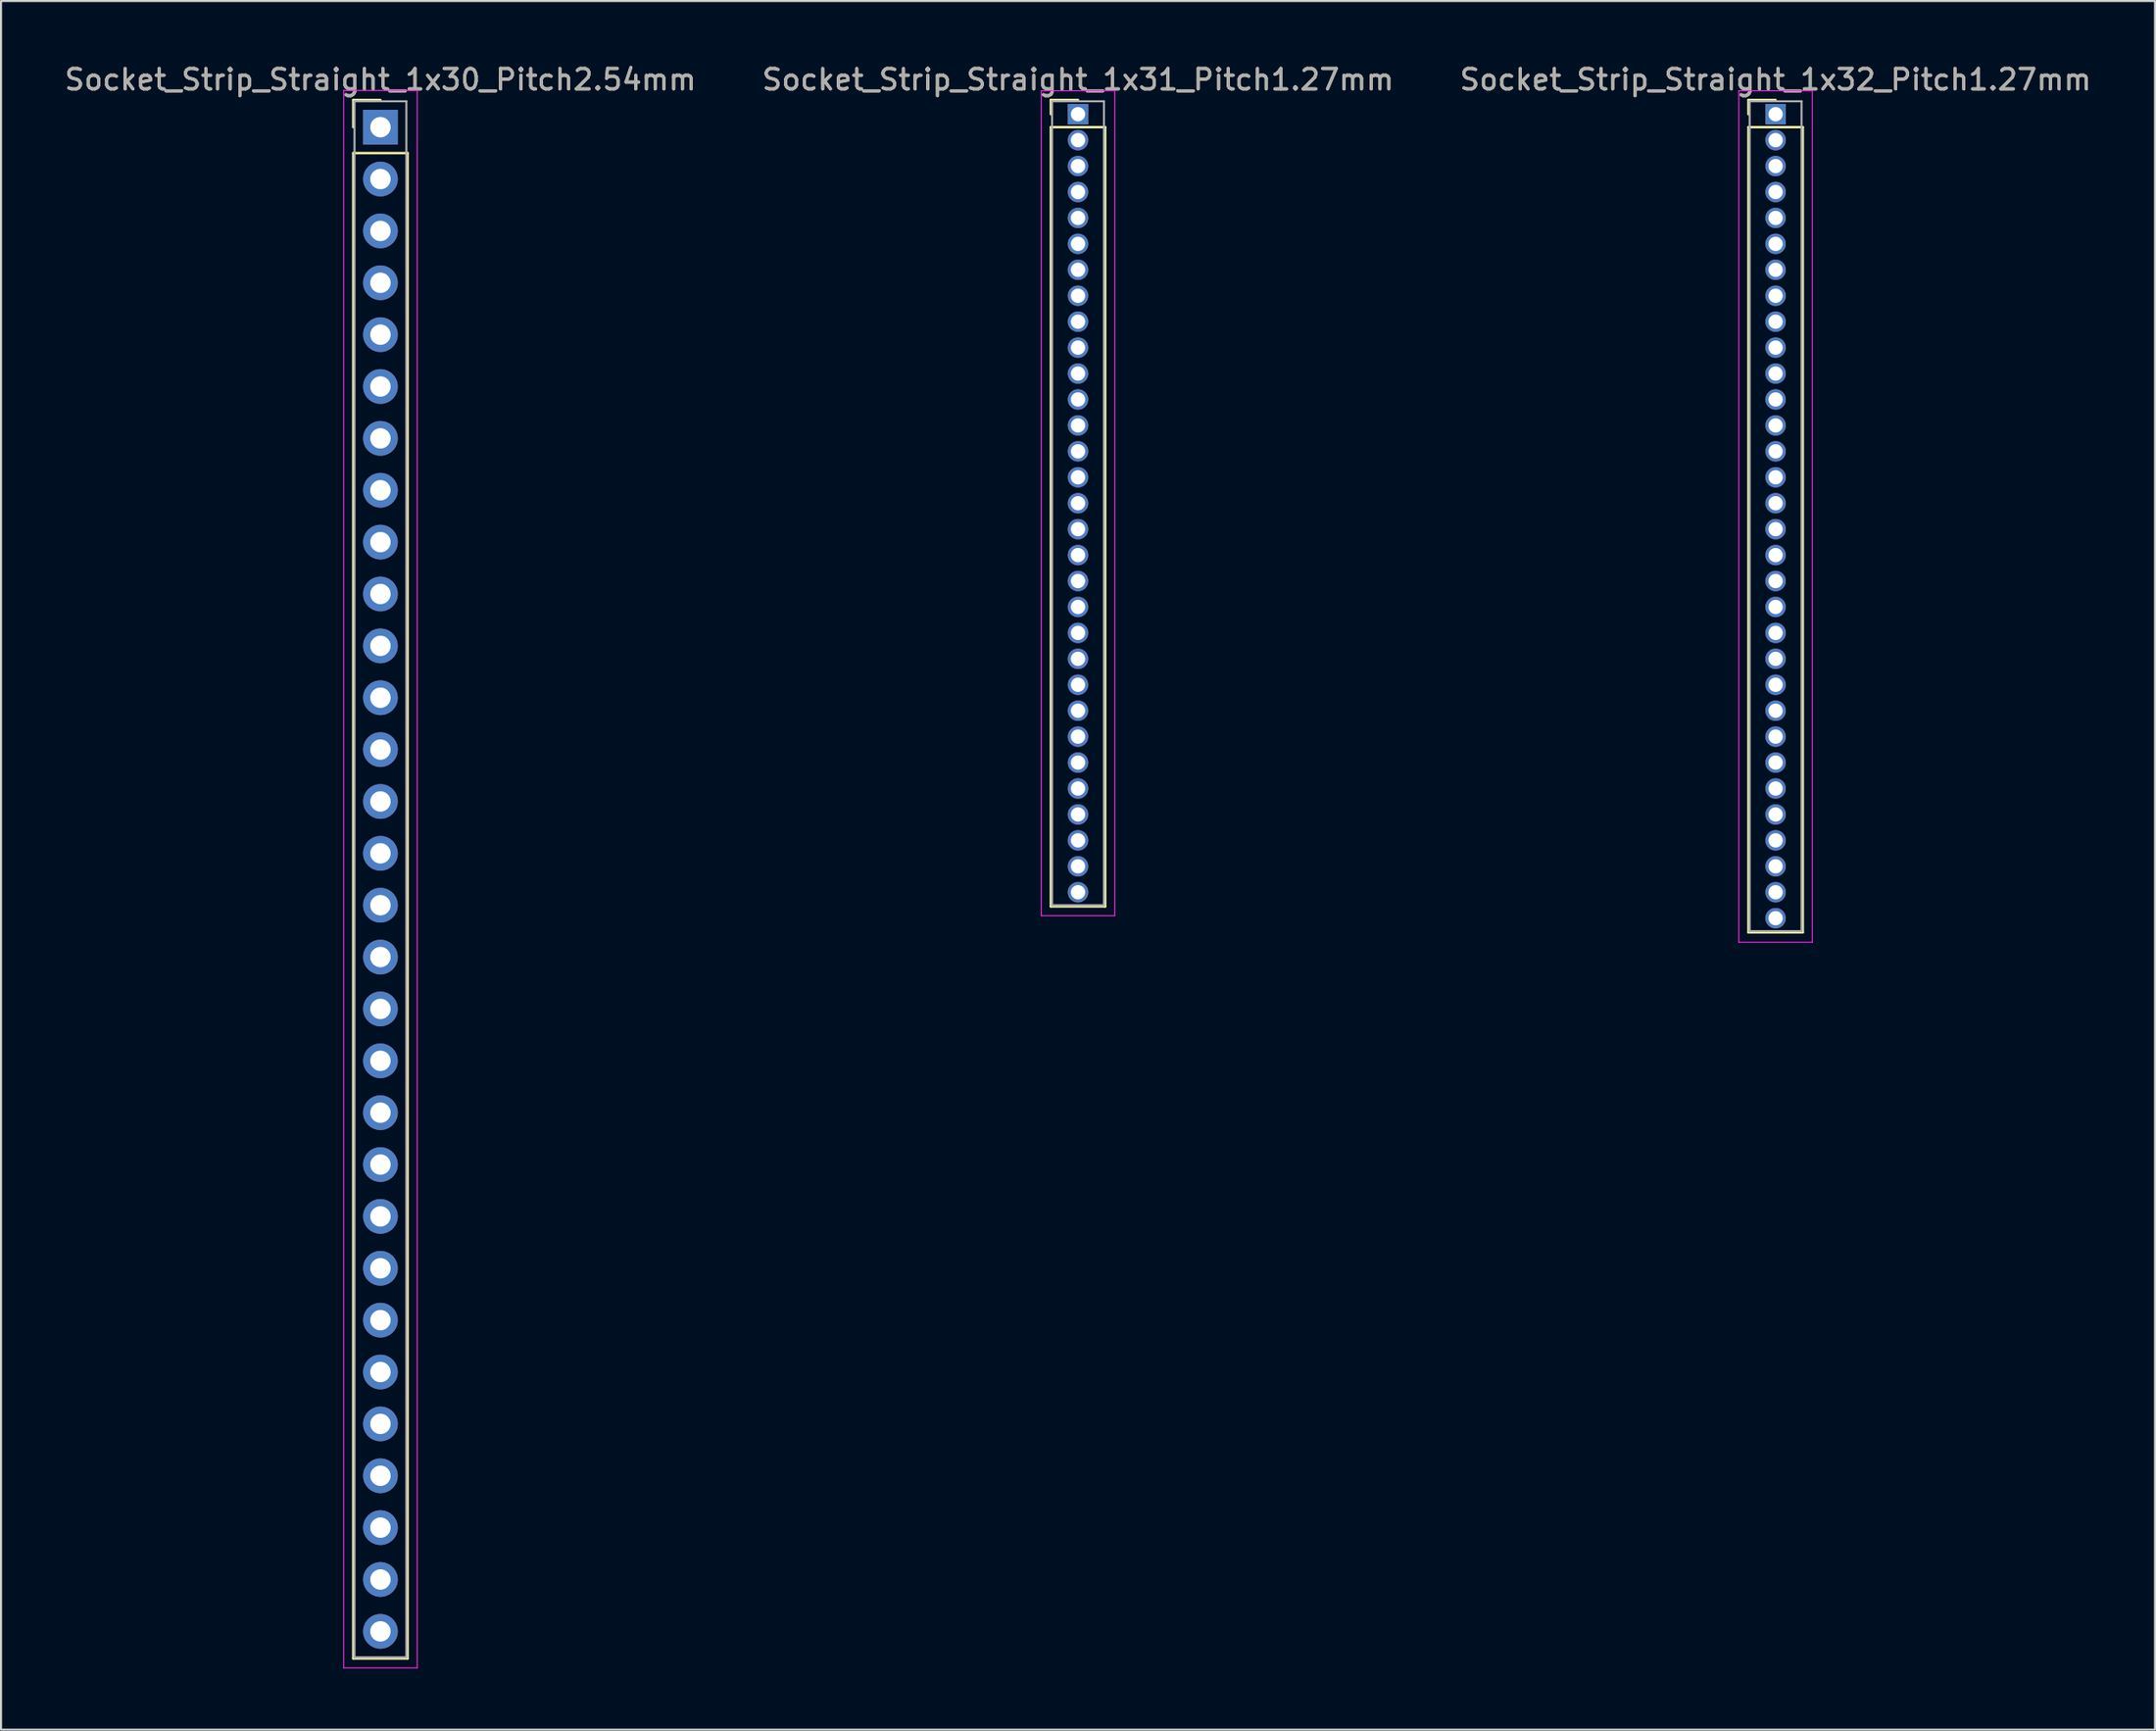
<source format=kicad_pcb>
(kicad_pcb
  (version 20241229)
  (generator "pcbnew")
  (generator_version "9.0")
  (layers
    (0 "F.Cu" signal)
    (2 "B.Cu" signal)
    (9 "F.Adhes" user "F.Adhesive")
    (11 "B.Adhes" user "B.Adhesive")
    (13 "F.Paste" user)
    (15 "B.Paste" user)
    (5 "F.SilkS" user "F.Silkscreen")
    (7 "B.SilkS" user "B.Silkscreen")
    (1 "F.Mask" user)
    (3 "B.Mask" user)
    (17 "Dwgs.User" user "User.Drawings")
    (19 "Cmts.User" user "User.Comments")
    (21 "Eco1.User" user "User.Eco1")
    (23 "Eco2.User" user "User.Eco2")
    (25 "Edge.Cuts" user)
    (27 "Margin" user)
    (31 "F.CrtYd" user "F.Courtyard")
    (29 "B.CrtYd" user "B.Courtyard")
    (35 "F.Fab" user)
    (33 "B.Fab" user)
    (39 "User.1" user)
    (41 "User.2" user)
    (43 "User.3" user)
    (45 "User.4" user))
  (footprint "Socket_Strip_Straight_1x32_Pitch1.27mm"
    (layer "F.Cu")
    (at 83.887 2.543)
    (property "Reference" "Socket_Strip_Straight_1x32_Pitch1.27mm" (at 0 -1.695 0) (layer "F.SilkS") (effects (font (size 1 1) (thickness 0.15))))
    (attr through_hole)
    (fp_line (start -1.33 -0.695) (end 0 -0.695) (stroke (width 0.12) (type solid)) (layer "F.SilkS"))
    (fp_line (start -1.33 0) (end -1.33 -0.695) (stroke (width 0.12) (type solid)) (layer "F.SilkS"))
    (fp_line (start -1.33 0.635) (end -1.33 40.065) (stroke (width 0.12) (type solid)) (layer "F.SilkS"))
    (fp_line (start -1.33 40.065) (end 1.33 40.065) (stroke (width 0.12) (type solid)) (layer "F.SilkS"))
    (fp_line (start 1.33 0.635) (end -1.33 0.635) (stroke (width 0.12) (type solid)) (layer "F.SilkS"))
    (fp_line (start 1.33 40.065) (end 1.33 0.635) (stroke (width 0.12) (type solid)) (layer "F.SilkS"))
    (fp_line (start -1.8 -1.15) (end -1.8 40.55) (stroke (width 0.05) (type solid)) (layer "F.CrtYd"))
    (fp_line (start -1.8 40.55) (end 1.8 40.55) (stroke (width 0.05) (type solid)) (layer "F.CrtYd"))
    (fp_line (start 1.8 -1.15) (end -1.8 -1.15) (stroke (width 0.05) (type solid)) (layer "F.CrtYd"))
    (fp_line (start 1.8 40.55) (end 1.8 -1.15) (stroke (width 0.05) (type solid)) (layer "F.CrtYd"))
    (fp_line (start -1.27 -0.635) (end -1.27 40.005) (stroke (width 0.1) (type solid)) (layer "F.Fab"))
    (fp_line (start -1.27 40.005) (end 1.27 40.005) (stroke (width 0.1) (type solid)) (layer "F.Fab"))
    (fp_line (start 1.27 -0.635) (end -1.27 -0.635) (stroke (width 0.1) (type solid)) (layer "F.Fab"))
    (fp_line (start 1.27 40.005) (end 1.27 -0.635) (stroke (width 0.1) (type solid)) (layer "F.Fab"))
    (fp_text user "${REFERENCE}" (at 0 -1.695 0) (layer "F.Fab") (effects (font (size 1 1) (thickness 0.15))))
    (pad "1" thru_hole rect (at 0 0) (size 1 1) (drill 0.7) (layers "*.Cu" "*.Mask"))
    (pad "2" thru_hole oval (at 0 1.27) (size 1 1) (drill 0.7) (layers "*.Cu" "*.Mask"))
    (pad "3" thru_hole oval (at 0 2.54) (size 1 1) (drill 0.7) (layers "*.Cu" "*.Mask"))
    (pad "4" thru_hole oval (at 0 3.81) (size 1 1) (drill 0.7) (layers "*.Cu" "*.Mask"))
    (pad "5" thru_hole oval (at 0 5.08) (size 1 1) (drill 0.7) (layers "*.Cu" "*.Mask"))
    (pad "6" thru_hole oval (at 0 6.35) (size 1 1) (drill 0.7) (layers "*.Cu" "*.Mask"))
    (pad "7" thru_hole oval (at 0 7.62) (size 1 1) (drill 0.7) (layers "*.Cu" "*.Mask"))
    (pad "8" thru_hole oval (at 0 8.89) (size 1 1) (drill 0.7) (layers "*.Cu" "*.Mask"))
    (pad "9" thru_hole oval (at 0 10.16) (size 1 1) (drill 0.7) (layers "*.Cu" "*.Mask"))
    (pad "10" thru_hole oval (at 0 11.43) (size 1 1) (drill 0.7) (layers "*.Cu" "*.Mask"))
    (pad "11" thru_hole oval (at 0 12.7) (size 1 1) (drill 0.7) (layers "*.Cu" "*.Mask"))
    (pad "12" thru_hole oval (at 0 13.97) (size 1 1) (drill 0.7) (layers "*.Cu" "*.Mask"))
    (pad "13" thru_hole oval (at 0 15.24) (size 1 1) (drill 0.7) (layers "*.Cu" "*.Mask"))
    (pad "14" thru_hole oval (at 0 16.51) (size 1 1) (drill 0.7) (layers "*.Cu" "*.Mask"))
    (pad "15" thru_hole oval (at 0 17.78) (size 1 1) (drill 0.7) (layers "*.Cu" "*.Mask"))
    (pad "16" thru_hole oval (at 0 19.05) (size 1 1) (drill 0.7) (layers "*.Cu" "*.Mask"))
    (pad "17" thru_hole oval (at 0 20.32) (size 1 1) (drill 0.7) (layers "*.Cu" "*.Mask"))
    (pad "18" thru_hole oval (at 0 21.59) (size 1 1) (drill 0.7) (layers "*.Cu" "*.Mask"))
    (pad "19" thru_hole oval (at 0 22.86) (size 1 1) (drill 0.7) (layers "*.Cu" "*.Mask"))
    (pad "20" thru_hole oval (at 0 24.13) (size 1 1) (drill 0.7) (layers "*.Cu" "*.Mask"))
    (pad "21" thru_hole oval (at 0 25.4) (size 1 1) (drill 0.7) (layers "*.Cu" "*.Mask"))
    (pad "22" thru_hole oval (at 0 26.67) (size 1 1) (drill 0.7) (layers "*.Cu" "*.Mask"))
    (pad "23" thru_hole oval (at 0 27.94) (size 1 1) (drill 0.7) (layers "*.Cu" "*.Mask"))
    (pad "24" thru_hole oval (at 0 29.21) (size 1 1) (drill 0.7) (layers "*.Cu" "*.Mask"))
    (pad "25" thru_hole oval (at 0 30.48) (size 1 1) (drill 0.7) (layers "*.Cu" "*.Mask"))
    (pad "26" thru_hole oval (at 0 31.75) (size 1 1) (drill 0.7) (layers "*.Cu" "*.Mask"))
    (pad "27" thru_hole oval (at 0 33.02) (size 1 1) (drill 0.7) (layers "*.Cu" "*.Mask"))
    (pad "28" thru_hole oval (at 0 34.29) (size 1 1) (drill 0.7) (layers "*.Cu" "*.Mask"))
    (pad "29" thru_hole oval (at 0 35.56) (size 1 1) (drill 0.7) (layers "*.Cu" "*.Mask"))
    (pad "30" thru_hole oval (at 0 36.83) (size 1 1) (drill 0.7) (layers "*.Cu" "*.Mask"))
    (pad "31" thru_hole oval (at 0 38.1) (size 1 1) (drill 0.7) (layers "*.Cu" "*.Mask"))
    (pad "32" thru_hole oval (at 0 39.37) (size 1 1) (drill 0.7) (layers "*.Cu" "*.Mask")))
  (footprint "Socket_Strip_Straight_1x30_Pitch2.54mm"
    (layer "F.Cu")
    (at 15.577 3.178)
    (property "Reference" "Socket_Strip_Straight_1x30_Pitch2.54mm" (at 0 -2.33 0) (layer "F.SilkS") (effects (font (size 1 1) (thickness 0.15))))
    (attr through_hole)
    (fp_line (start -1.33 -1.33) (end 0 -1.33) (stroke (width 0.12) (type solid)) (layer "F.SilkS"))
    (fp_line (start -1.33 0) (end -1.33 -1.33) (stroke (width 0.12) (type solid)) (layer "F.SilkS"))
    (fp_line (start -1.33 1.27) (end -1.33 74.99) (stroke (width 0.12) (type solid)) (layer "F.SilkS"))
    (fp_line (start -1.33 74.99) (end 1.33 74.99) (stroke (width 0.12) (type solid)) (layer "F.SilkS"))
    (fp_line (start 1.33 1.27) (end -1.33 1.27) (stroke (width 0.12) (type solid)) (layer "F.SilkS"))
    (fp_line (start 1.33 74.99) (end 1.33 1.27) (stroke (width 0.12) (type solid)) (layer "F.SilkS"))
    (fp_line (start -1.8 -1.8) (end -1.8 75.45) (stroke (width 0.05) (type solid)) (layer "F.CrtYd"))
    (fp_line (start -1.8 75.45) (end 1.8 75.45) (stroke (width 0.05) (type solid)) (layer "F.CrtYd"))
    (fp_line (start 1.8 -1.8) (end -1.8 -1.8) (stroke (width 0.05) (type solid)) (layer "F.CrtYd"))
    (fp_line (start 1.8 75.45) (end 1.8 -1.8) (stroke (width 0.05) (type solid)) (layer "F.CrtYd"))
    (fp_line (start -1.27 -1.27) (end -1.27 74.93) (stroke (width 0.1) (type solid)) (layer "F.Fab"))
    (fp_line (start -1.27 74.93) (end 1.27 74.93) (stroke (width 0.1) (type solid)) (layer "F.Fab"))
    (fp_line (start 1.27 -1.27) (end -1.27 -1.27) (stroke (width 0.1) (type solid)) (layer "F.Fab"))
    (fp_line (start 1.27 74.93) (end 1.27 -1.27) (stroke (width 0.1) (type solid)) (layer "F.Fab"))
    (fp_text user "${REFERENCE}" (at 0 -2.33 0) (layer "F.Fab") (effects (font (size 1 1) (thickness 0.15))))
    (pad "1" thru_hole rect (at 0 0) (size 1.7 1.7) (drill 1) (layers "*.Cu" "*.Mask"))
    (pad "2" thru_hole oval (at 0 2.54) (size 1.7 1.7) (drill 1) (layers "*.Cu" "*.Mask"))
    (pad "3" thru_hole oval (at 0 5.08) (size 1.7 1.7) (drill 1) (layers "*.Cu" "*.Mask"))
    (pad "4" thru_hole oval (at 0 7.62) (size 1.7 1.7) (drill 1) (layers "*.Cu" "*.Mask"))
    (pad "5" thru_hole oval (at 0 10.16) (size 1.7 1.7) (drill 1) (layers "*.Cu" "*.Mask"))
    (pad "6" thru_hole oval (at 0 12.7) (size 1.7 1.7) (drill 1) (layers "*.Cu" "*.Mask"))
    (pad "7" thru_hole oval (at 0 15.24) (size 1.7 1.7) (drill 1) (layers "*.Cu" "*.Mask"))
    (pad "8" thru_hole oval (at 0 17.78) (size 1.7 1.7) (drill 1) (layers "*.Cu" "*.Mask"))
    (pad "9" thru_hole oval (at 0 20.32) (size 1.7 1.7) (drill 1) (layers "*.Cu" "*.Mask"))
    (pad "10" thru_hole oval (at 0 22.86) (size 1.7 1.7) (drill 1) (layers "*.Cu" "*.Mask"))
    (pad "11" thru_hole oval (at 0 25.4) (size 1.7 1.7) (drill 1) (layers "*.Cu" "*.Mask"))
    (pad "12" thru_hole oval (at 0 27.94) (size 1.7 1.7) (drill 1) (layers "*.Cu" "*.Mask"))
    (pad "13" thru_hole oval (at 0 30.48) (size 1.7 1.7) (drill 1) (layers "*.Cu" "*.Mask"))
    (pad "14" thru_hole oval (at 0 33.02) (size 1.7 1.7) (drill 1) (layers "*.Cu" "*.Mask"))
    (pad "15" thru_hole oval (at 0 35.56) (size 1.7 1.7) (drill 1) (layers "*.Cu" "*.Mask"))
    (pad "16" thru_hole oval (at 0 38.1) (size 1.7 1.7) (drill 1) (layers "*.Cu" "*.Mask"))
    (pad "17" thru_hole oval (at 0 40.64) (size 1.7 1.7) (drill 1) (layers "*.Cu" "*.Mask"))
    (pad "18" thru_hole oval (at 0 43.18) (size 1.7 1.7) (drill 1) (layers "*.Cu" "*.Mask"))
    (pad "19" thru_hole oval (at 0 45.72) (size 1.7 1.7) (drill 1) (layers "*.Cu" "*.Mask"))
    (pad "20" thru_hole oval (at 0 48.26) (size 1.7 1.7) (drill 1) (layers "*.Cu" "*.Mask"))
    (pad "21" thru_hole oval (at 0 50.8) (size 1.7 1.7) (drill 1) (layers "*.Cu" "*.Mask"))
    (pad "22" thru_hole oval (at 0 53.34) (size 1.7 1.7) (drill 1) (layers "*.Cu" "*.Mask"))
    (pad "23" thru_hole oval (at 0 55.88) (size 1.7 1.7) (drill 1) (layers "*.Cu" "*.Mask"))
    (pad "24" thru_hole oval (at 0 58.42) (size 1.7 1.7) (drill 1) (layers "*.Cu" "*.Mask"))
    (pad "25" thru_hole oval (at 0 60.96) (size 1.7 1.7) (drill 1) (layers "*.Cu" "*.Mask"))
    (pad "26" thru_hole oval (at 0 63.5) (size 1.7 1.7) (drill 1) (layers "*.Cu" "*.Mask"))
    (pad "27" thru_hole oval (at 0 66.04) (size 1.7 1.7) (drill 1) (layers "*.Cu" "*.Mask"))
    (pad "28" thru_hole oval (at 0 68.58) (size 1.7 1.7) (drill 1) (layers "*.Cu" "*.Mask"))
    (pad "29" thru_hole oval (at 0 71.12) (size 1.7 1.7) (drill 1) (layers "*.Cu" "*.Mask"))
    (pad "30" thru_hole oval (at 0 73.66) (size 1.7 1.7) (drill 1) (layers "*.Cu" "*.Mask")))
  (footprint "Socket_Strip_Straight_1x31_Pitch1.27mm"
    (layer "F.Cu")
    (at 49.732 2.543)
    (property "Reference" "Socket_Strip_Straight_1x31_Pitch1.27mm" (at 0 -1.695 0) (layer "F.SilkS") (effects (font (size 1 1) (thickness 0.15))))
    (attr through_hole)
    (fp_line (start -1.33 -0.695) (end 0 -0.695) (stroke (width 0.12) (type solid)) (layer "F.SilkS"))
    (fp_line (start -1.33 0) (end -1.33 -0.695) (stroke (width 0.12) (type solid)) (layer "F.SilkS"))
    (fp_line (start -1.33 0.635) (end -1.33 38.795) (stroke (width 0.12) (type solid)) (layer "F.SilkS"))
    (fp_line (start -1.33 38.795) (end 1.33 38.795) (stroke (width 0.12) (type solid)) (layer "F.SilkS"))
    (fp_line (start 1.33 0.635) (end -1.33 0.635) (stroke (width 0.12) (type solid)) (layer "F.SilkS"))
    (fp_line (start 1.33 38.795) (end 1.33 0.635) (stroke (width 0.12) (type solid)) (layer "F.SilkS"))
    (fp_line (start -1.8 -1.15) (end -1.8 39.25) (stroke (width 0.05) (type solid)) (layer "F.CrtYd"))
    (fp_line (start -1.8 39.25) (end 1.8 39.25) (stroke (width 0.05) (type solid)) (layer "F.CrtYd"))
    (fp_line (start 1.8 -1.15) (end -1.8 -1.15) (stroke (width 0.05) (type solid)) (layer "F.CrtYd"))
    (fp_line (start 1.8 39.25) (end 1.8 -1.15) (stroke (width 0.05) (type solid)) (layer "F.CrtYd"))
    (fp_line (start -1.27 -0.635) (end -1.27 38.735) (stroke (width 0.1) (type solid)) (layer "F.Fab"))
    (fp_line (start -1.27 38.735) (end 1.27 38.735) (stroke (width 0.1) (type solid)) (layer "F.Fab"))
    (fp_line (start 1.27 -0.635) (end -1.27 -0.635) (stroke (width 0.1) (type solid)) (layer "F.Fab"))
    (fp_line (start 1.27 38.735) (end 1.27 -0.635) (stroke (width 0.1) (type solid)) (layer "F.Fab"))
    (fp_text user "${REFERENCE}" (at 0 -1.695 0) (layer "F.Fab") (effects (font (size 1 1) (thickness 0.15))))
    (pad "1" thru_hole rect (at 0 0) (size 1 1) (drill 0.7) (layers "*.Cu" "*.Mask"))
    (pad "2" thru_hole oval (at 0 1.27) (size 1 1) (drill 0.7) (layers "*.Cu" "*.Mask"))
    (pad "3" thru_hole oval (at 0 2.54) (size 1 1) (drill 0.7) (layers "*.Cu" "*.Mask"))
    (pad "4" thru_hole oval (at 0 3.81) (size 1 1) (drill 0.7) (layers "*.Cu" "*.Mask"))
    (pad "5" thru_hole oval (at 0 5.08) (size 1 1) (drill 0.7) (layers "*.Cu" "*.Mask"))
    (pad "6" thru_hole oval (at 0 6.35) (size 1 1) (drill 0.7) (layers "*.Cu" "*.Mask"))
    (pad "7" thru_hole oval (at 0 7.62) (size 1 1) (drill 0.7) (layers "*.Cu" "*.Mask"))
    (pad "8" thru_hole oval (at 0 8.89) (size 1 1) (drill 0.7) (layers "*.Cu" "*.Mask"))
    (pad "9" thru_hole oval (at 0 10.16) (size 1 1) (drill 0.7) (layers "*.Cu" "*.Mask"))
    (pad "10" thru_hole oval (at 0 11.43) (size 1 1) (drill 0.7) (layers "*.Cu" "*.Mask"))
    (pad "11" thru_hole oval (at 0 12.7) (size 1 1) (drill 0.7) (layers "*.Cu" "*.Mask"))
    (pad "12" thru_hole oval (at 0 13.97) (size 1 1) (drill 0.7) (layers "*.Cu" "*.Mask"))
    (pad "13" thru_hole oval (at 0 15.24) (size 1 1) (drill 0.7) (layers "*.Cu" "*.Mask"))
    (pad "14" thru_hole oval (at 0 16.51) (size 1 1) (drill 0.7) (layers "*.Cu" "*.Mask"))
    (pad "15" thru_hole oval (at 0 17.78) (size 1 1) (drill 0.7) (layers "*.Cu" "*.Mask"))
    (pad "16" thru_hole oval (at 0 19.05) (size 1 1) (drill 0.7) (layers "*.Cu" "*.Mask"))
    (pad "17" thru_hole oval (at 0 20.32) (size 1 1) (drill 0.7) (layers "*.Cu" "*.Mask"))
    (pad "18" thru_hole oval (at 0 21.59) (size 1 1) (drill 0.7) (layers "*.Cu" "*.Mask"))
    (pad "19" thru_hole oval (at 0 22.86) (size 1 1) (drill 0.7) (layers "*.Cu" "*.Mask"))
    (pad "20" thru_hole oval (at 0 24.13) (size 1 1) (drill 0.7) (layers "*.Cu" "*.Mask"))
    (pad "21" thru_hole oval (at 0 25.4) (size 1 1) (drill 0.7) (layers "*.Cu" "*.Mask"))
    (pad "22" thru_hole oval (at 0 26.67) (size 1 1) (drill 0.7) (layers "*.Cu" "*.Mask"))
    (pad "23" thru_hole oval (at 0 27.94) (size 1 1) (drill 0.7) (layers "*.Cu" "*.Mask"))
    (pad "24" thru_hole oval (at 0 29.21) (size 1 1) (drill 0.7) (layers "*.Cu" "*.Mask"))
    (pad "25" thru_hole oval (at 0 30.48) (size 1 1) (drill 0.7) (layers "*.Cu" "*.Mask"))
    (pad "26" thru_hole oval (at 0 31.75) (size 1 1) (drill 0.7) (layers "*.Cu" "*.Mask"))
    (pad "27" thru_hole oval (at 0 33.02) (size 1 1) (drill 0.7) (layers "*.Cu" "*.Mask"))
    (pad "28" thru_hole oval (at 0 34.29) (size 1 1) (drill 0.7) (layers "*.Cu" "*.Mask"))
    (pad "29" thru_hole oval (at 0 35.56) (size 1 1) (drill 0.7) (layers "*.Cu" "*.Mask"))
    (pad "30" thru_hole oval (at 0 36.83) (size 1 1) (drill 0.7) (layers "*.Cu" "*.Mask"))
    (pad "31" thru_hole oval (at 0 38.1) (size 1 1) (drill 0.7) (layers "*.Cu" "*.Mask")))
  (gr_rect
    (start -3 -3)
    (end 102.464 81.653)
    (stroke (width 0.1) (type default))
    (fill no)
    (layer "Edge.Cuts")))
</source>
